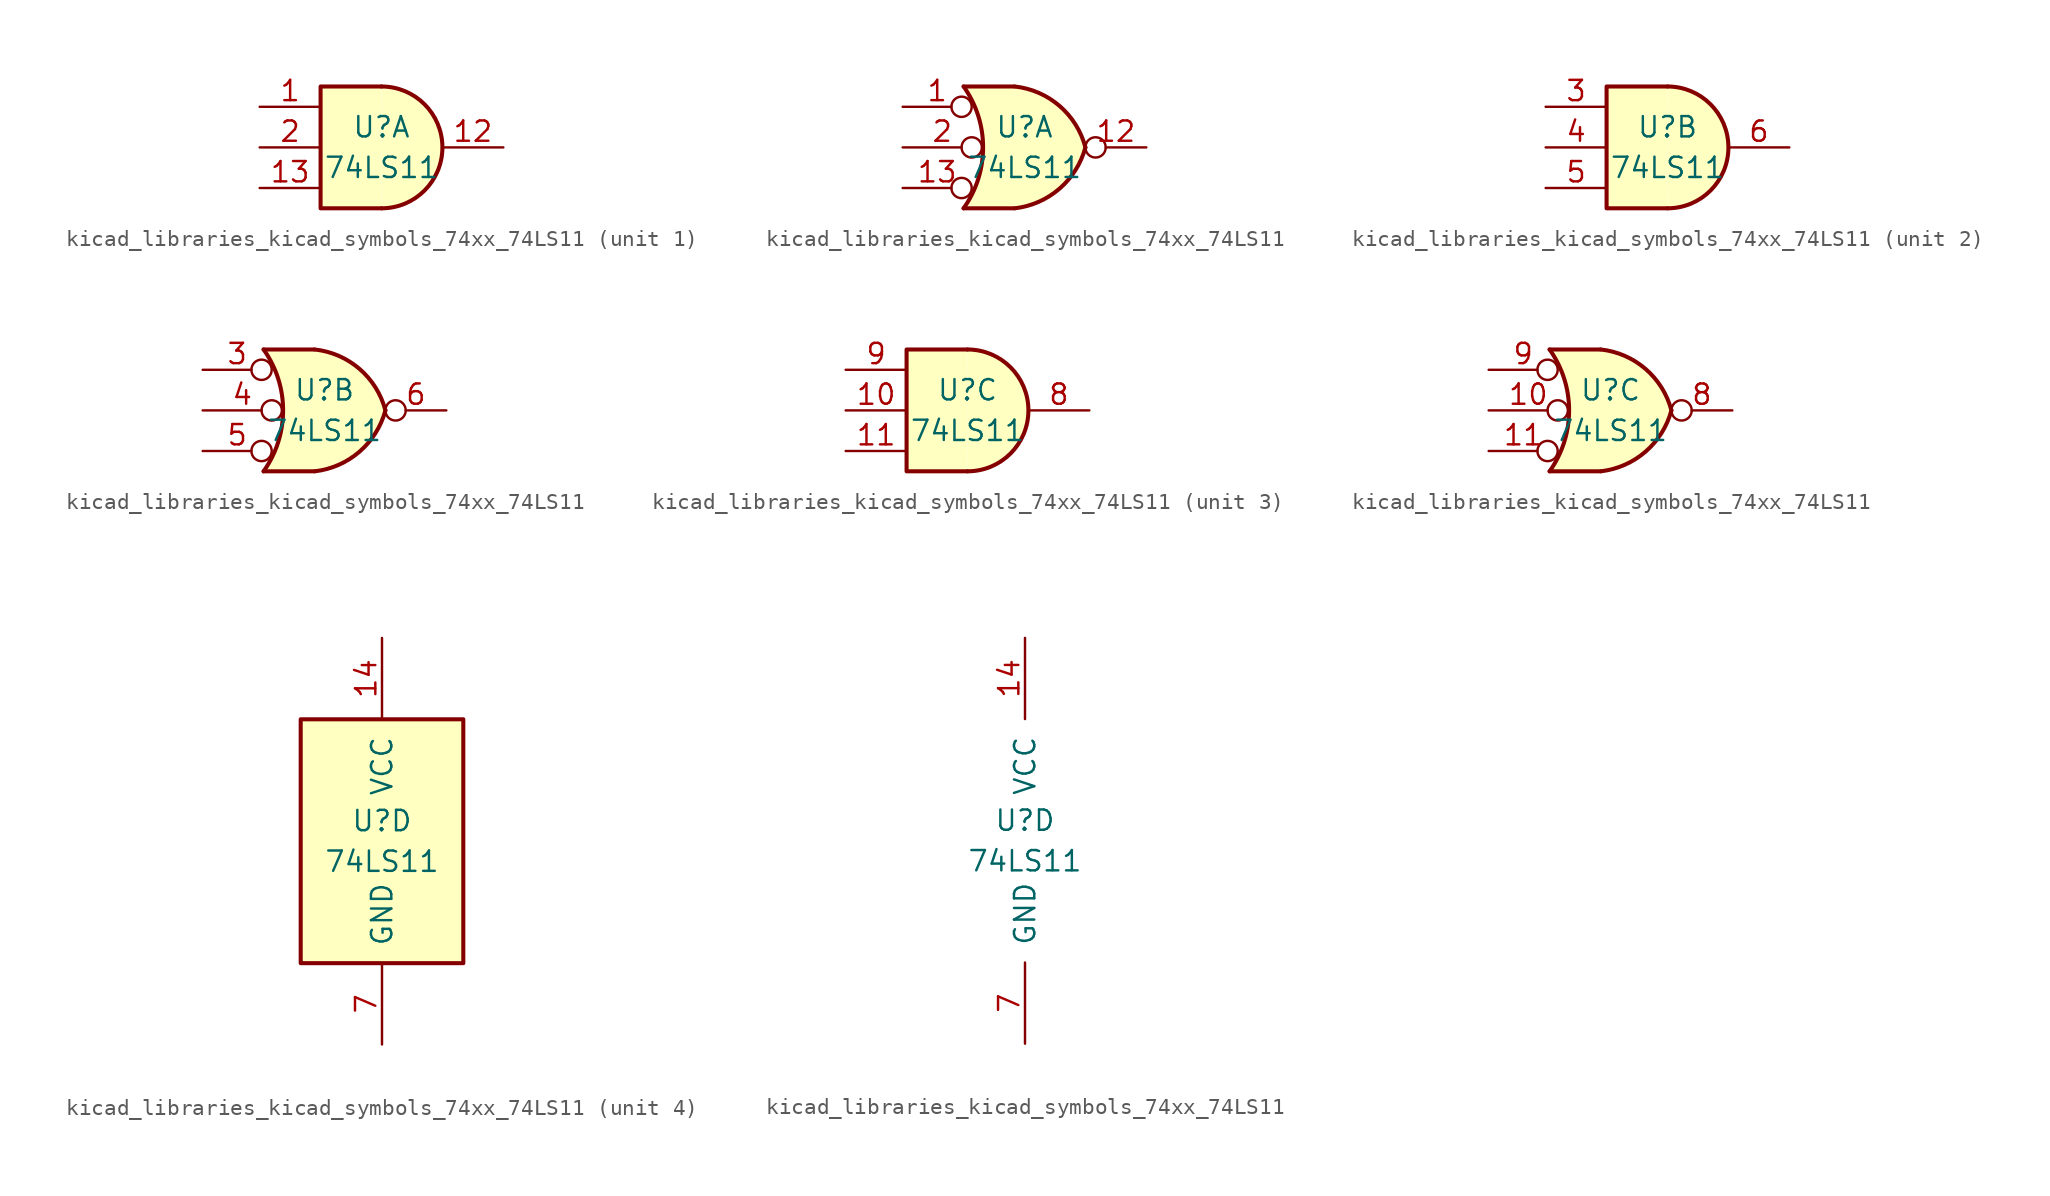
<source format=kicad_sym>
(kicad_symbol_lib
  (version 20220914)
  (generator kicad_symbol_editor)
  (symbol "kicad_libraries_kicad_symbols_74xx_74LS11"
    (pin_names
      (offset 1.016))
    (property "Reference" "U"
      (at 0 1.27 0)
      (effects (font (size 1.27 1.27))))
    (property "Value" "74LS11"
      (at 0 -1.27 0)
      (effects (font (size 1.27 1.27))))
    (property "ki_locked" ""
      (at 0 0 0)
      (effects (font (size 1.27 1.27))))
    (symbol "kicad_libraries_kicad_symbols_74xx_74LS11_1_1"
      (arc (start 0 -3.81) (mid 3.7934 0) (end 0 3.81) (stroke (width 0.254) (type default)) (fill (type background)))
      (polyline (pts (xy 0 3.81) (xy -3.81 3.81) (xy -3.81 -3.81) (xy 0 -3.81)) (stroke (width 0.254) (type default)) (fill (type background)))
      (pin input line (at -7.62 2.54 0) (length 3.81) (name "~" (effects (font (size 1.27 1.27)))) (number "1" (effects (font (size 1.27 1.27)))))
      (pin output line (at 7.62 0 180) (length 3.81) (name "~" (effects (font (size 1.27 1.27)))) (number "12" (effects (font (size 1.27 1.27)))))
      (pin input line (at -7.62 -2.54 0) (length 3.81) (name "~" (effects (font (size 1.27 1.27)))) (number "13" (effects (font (size 1.27 1.27)))))
      (pin input line (at -7.62 0 0) (length 3.81) (name "~" (effects (font (size 1.27 1.27)))) (number "2" (effects (font (size 1.27 1.27))))))
    (symbol "kicad_libraries_kicad_symbols_74xx_74LS11_1_2"
      (arc (start -3.81 -3.81) (mid -2.589 0) (end -3.81 3.81) (stroke (width 0.254) (type default)) (fill (type none)))
      (arc (start -0.6096 -3.81) (mid 2.1842 -2.5851) (end 3.81 0) (stroke (width 0.254) (type default)) (fill (type background)))
      (polyline (pts (xy -3.81 -3.81) (xy -0.635 -3.81)) (stroke (width 0.254) (type default)) (fill (type background)))
      (polyline (pts (xy -3.81 3.81) (xy -0.635 3.81)) (stroke (width 0.254) (type default)) (fill (type background)))
      (polyline (pts (xy -0.635 3.81) (xy -3.81 3.81) (xy -3.81 3.81) (xy -3.556 3.404) (xy -3.023 2.261) (xy -2.692 1.041) (xy -2.616 -0.254) (xy -2.769 -1.499) (xy -3.175 -2.718) (xy -3.81 -3.81) (xy -3.81 -3.81) (xy -0.635 -3.81)) (stroke (width -25.4) (type default)) (fill (type background)))
      (arc (start 3.81 0) (mid 2.1915 2.5936) (end -0.6096 3.81) (stroke (width 0.254) (type default)) (fill (type background)))
      (pin input inverted (at -7.62 2.54 0) (length 4.318) (name "~" (effects (font (size 1.27 1.27)))) (number "1" (effects (font (size 1.27 1.27)))))
      (pin output inverted (at 7.62 0 180) (length 3.81) (name "~" (effects (font (size 1.27 1.27)))) (number "12" (effects (font (size 1.27 1.27)))))
      (pin input inverted (at -7.62 -2.54 0) (length 4.318) (name "~" (effects (font (size 1.27 1.27)))) (number "13" (effects (font (size 1.27 1.27)))))
      (pin input inverted (at -7.62 0 0) (length 4.953) (name "~" (effects (font (size 1.27 1.27)))) (number "2" (effects (font (size 1.27 1.27))))))
    (symbol "kicad_libraries_kicad_symbols_74xx_74LS11_2_1"
      (arc (start 0 -3.81) (mid 3.7934 0) (end 0 3.81) (stroke (width 0.254) (type default)) (fill (type background)))
      (polyline (pts (xy 0 3.81) (xy -3.81 3.81) (xy -3.81 -3.81) (xy 0 -3.81)) (stroke (width 0.254) (type default)) (fill (type background)))
      (pin input line (at -7.62 2.54 0) (length 3.81) (name "~" (effects (font (size 1.27 1.27)))) (number "3" (effects (font (size 1.27 1.27)))))
      (pin input line (at -7.62 0 0) (length 3.81) (name "~" (effects (font (size 1.27 1.27)))) (number "4" (effects (font (size 1.27 1.27)))))
      (pin input line (at -7.62 -2.54 0) (length 3.81) (name "~" (effects (font (size 1.27 1.27)))) (number "5" (effects (font (size 1.27 1.27)))))
      (pin output line (at 7.62 0 180) (length 3.81) (name "~" (effects (font (size 1.27 1.27)))) (number "6" (effects (font (size 1.27 1.27))))))
    (symbol "kicad_libraries_kicad_symbols_74xx_74LS11_2_2"
      (arc (start -3.81 -3.81) (mid -2.589 0) (end -3.81 3.81) (stroke (width 0.254) (type default)) (fill (type none)))
      (arc (start -0.6096 -3.81) (mid 2.1842 -2.5851) (end 3.81 0) (stroke (width 0.254) (type default)) (fill (type background)))
      (polyline (pts (xy -3.81 -3.81) (xy -0.635 -3.81)) (stroke (width 0.254) (type default)) (fill (type background)))
      (polyline (pts (xy -3.81 3.81) (xy -0.635 3.81)) (stroke (width 0.254) (type default)) (fill (type background)))
      (polyline (pts (xy -0.635 3.81) (xy -3.81 3.81) (xy -3.81 3.81) (xy -3.556 3.404) (xy -3.023 2.261) (xy -2.692 1.041) (xy -2.616 -0.254) (xy -2.769 -1.499) (xy -3.175 -2.718) (xy -3.81 -3.81) (xy -3.81 -3.81) (xy -0.635 -3.81)) (stroke (width -25.4) (type default)) (fill (type background)))
      (arc (start 3.81 0) (mid 2.1915 2.5936) (end -0.6096 3.81) (stroke (width 0.254) (type default)) (fill (type background)))
      (pin input inverted (at -7.62 2.54 0) (length 4.318) (name "~" (effects (font (size 1.27 1.27)))) (number "3" (effects (font (size 1.27 1.27)))))
      (pin input inverted (at -7.62 0 0) (length 4.953) (name "~" (effects (font (size 1.27 1.27)))) (number "4" (effects (font (size 1.27 1.27)))))
      (pin input inverted (at -7.62 -2.54 0) (length 4.318) (name "~" (effects (font (size 1.27 1.27)))) (number "5" (effects (font (size 1.27 1.27)))))
      (pin output inverted (at 7.62 0 180) (length 3.81) (name "~" (effects (font (size 1.27 1.27)))) (number "6" (effects (font (size 1.27 1.27))))))
    (symbol "kicad_libraries_kicad_symbols_74xx_74LS11_3_1"
      (arc (start 0 -3.81) (mid 3.7934 0) (end 0 3.81) (stroke (width 0.254) (type default)) (fill (type background)))
      (polyline (pts (xy 0 3.81) (xy -3.81 3.81) (xy -3.81 -3.81) (xy 0 -3.81)) (stroke (width 0.254) (type default)) (fill (type background)))
      (pin input line (at -7.62 0 0) (length 3.81) (name "~" (effects (font (size 1.27 1.27)))) (number "10" (effects (font (size 1.27 1.27)))))
      (pin input line (at -7.62 -2.54 0) (length 3.81) (name "~" (effects (font (size 1.27 1.27)))) (number "11" (effects (font (size 1.27 1.27)))))
      (pin output line (at 7.62 0 180) (length 3.81) (name "~" (effects (font (size 1.27 1.27)))) (number "8" (effects (font (size 1.27 1.27)))))
      (pin input line (at -7.62 2.54 0) (length 3.81) (name "~" (effects (font (size 1.27 1.27)))) (number "9" (effects (font (size 1.27 1.27))))))
    (symbol "kicad_libraries_kicad_symbols_74xx_74LS11_3_2"
      (arc (start -3.81 -3.81) (mid -2.589 0) (end -3.81 3.81) (stroke (width 0.254) (type default)) (fill (type none)))
      (arc (start -0.6096 -3.81) (mid 2.1842 -2.5851) (end 3.81 0) (stroke (width 0.254) (type default)) (fill (type background)))
      (polyline (pts (xy -3.81 -3.81) (xy -0.635 -3.81)) (stroke (width 0.254) (type default)) (fill (type background)))
      (polyline (pts (xy -3.81 3.81) (xy -0.635 3.81)) (stroke (width 0.254) (type default)) (fill (type background)))
      (polyline (pts (xy -0.635 3.81) (xy -3.81 3.81) (xy -3.81 3.81) (xy -3.556 3.404) (xy -3.023 2.261) (xy -2.692 1.041) (xy -2.616 -0.254) (xy -2.769 -1.499) (xy -3.175 -2.718) (xy -3.81 -3.81) (xy -3.81 -3.81) (xy -0.635 -3.81)) (stroke (width -25.4) (type default)) (fill (type background)))
      (arc (start 3.81 0) (mid 2.1915 2.5936) (end -0.6096 3.81) (stroke (width 0.254) (type default)) (fill (type background)))
      (pin input inverted (at -7.62 0 0) (length 4.953) (name "~" (effects (font (size 1.27 1.27)))) (number "10" (effects (font (size 1.27 1.27)))))
      (pin input inverted (at -7.62 -2.54 0) (length 4.318) (name "~" (effects (font (size 1.27 1.27)))) (number "11" (effects (font (size 1.27 1.27)))))
      (pin output inverted (at 7.62 0 180) (length 3.81) (name "~" (effects (font (size 1.27 1.27)))) (number "8" (effects (font (size 1.27 1.27)))))
      (pin input inverted (at -7.62 2.54 0) (length 4.318) (name "~" (effects (font (size 1.27 1.27)))) (number "9" (effects (font (size 1.27 1.27))))))
    (symbol "kicad_libraries_kicad_symbols_74xx_74LS11_4_0"
      (pin power_in line (at 0 12.7 270) (length 5.08) (name "VCC" (effects (font (size 1.27 1.27)))) (number "14" (effects (font (size 1.27 1.27)))))
      (pin power_in line (at 0 -12.7 90) (length 5.08) (name "GND" (effects (font (size 1.27 1.27)))) (number "7" (effects (font (size 1.27 1.27))))))
    (symbol "kicad_libraries_kicad_symbols_74xx_74LS11_4_1"
      (rectangle (start -5.08 7.62) (end 5.08 -7.62) (stroke (width 0.254) (type default)) (fill (type background))))))
</source>
